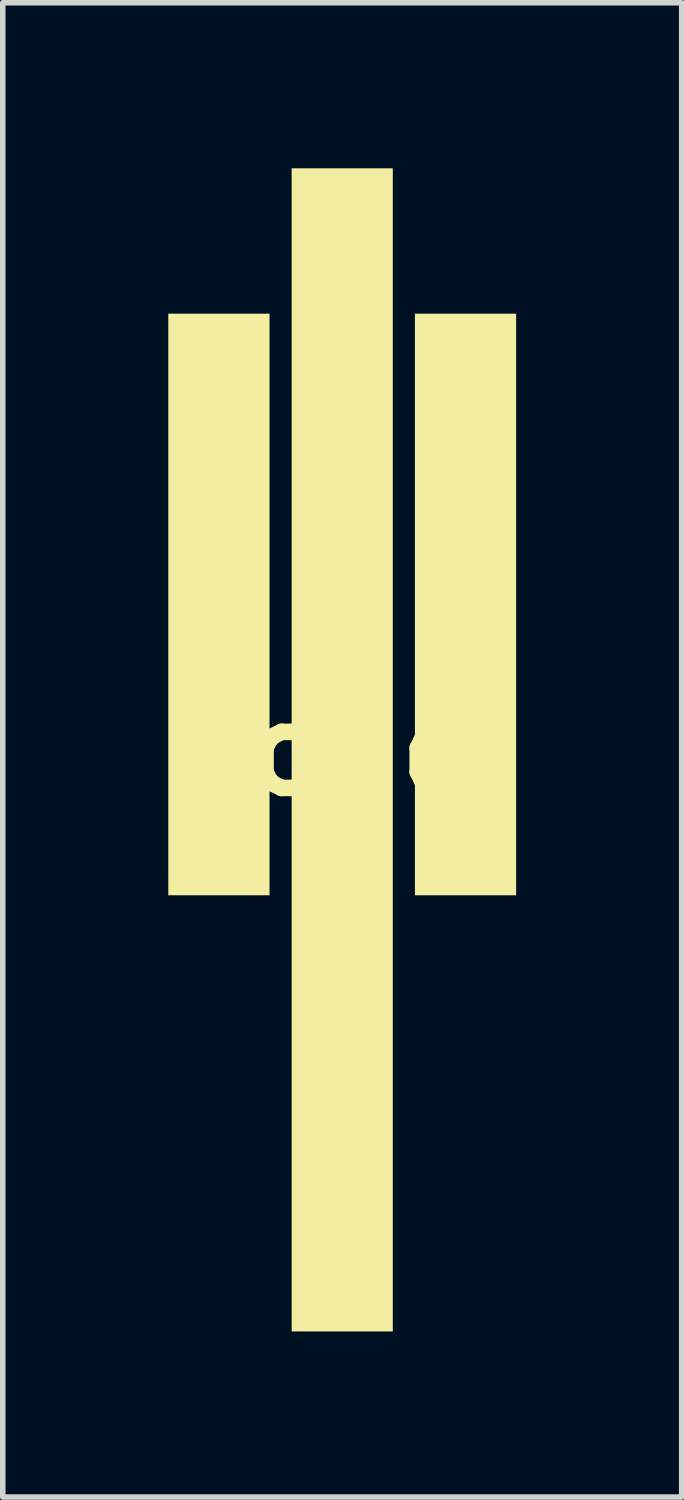
<source format=kicad_pcb>
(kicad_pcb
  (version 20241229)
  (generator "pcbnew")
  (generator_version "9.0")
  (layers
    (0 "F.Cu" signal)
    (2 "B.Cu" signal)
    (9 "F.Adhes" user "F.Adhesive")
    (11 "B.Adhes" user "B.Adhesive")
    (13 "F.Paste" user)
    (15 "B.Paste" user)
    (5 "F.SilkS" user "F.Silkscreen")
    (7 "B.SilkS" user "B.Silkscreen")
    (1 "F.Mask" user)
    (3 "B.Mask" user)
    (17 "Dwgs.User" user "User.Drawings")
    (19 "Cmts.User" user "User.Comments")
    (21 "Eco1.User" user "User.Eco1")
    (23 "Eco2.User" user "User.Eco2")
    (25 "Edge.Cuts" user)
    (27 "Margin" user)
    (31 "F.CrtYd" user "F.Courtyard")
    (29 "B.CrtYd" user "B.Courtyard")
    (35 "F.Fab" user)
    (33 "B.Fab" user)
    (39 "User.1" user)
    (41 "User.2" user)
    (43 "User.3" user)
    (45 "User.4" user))
  (footprint "logo"
    (layer "F.Cu")
    (at 3.141 10.539)
    (property "Reference" "logo" (at 0 0 0) (layer "F.SilkS") (effects (font (size 1.524 1.524) (thickness 0.3))))
    (attr board_only exclude_from_pos_files exclude_from_bom)
    (fp_poly (pts (xy -1.307 2.635) (xy -3.141 2.635) (xy -3.141 -7.905) (xy -1.307 -7.905)) (stroke (width 0) (type solid)) (fill yes) (layer "F.SilkS"))
    (fp_poly (pts (xy 0.927 10.539) (xy -0.906 10.539) (xy -0.906 -10.539) (xy 0.927 -10.539)) (stroke (width 0) (type solid)) (fill yes) (layer "F.SilkS"))
    (fp_poly (pts (xy 3.162 2.635) (xy 1.328 2.635) (xy 1.328 -7.905) (xy 3.162 -7.905)) (stroke (width 0) (type solid)) (fill yes) (layer "F.SilkS")))
  (gr_rect
    (start -3 -3)
    (end 9.303 24.079)
    (stroke (width 0.1) (type default))
    (fill no)
    (layer "Edge.Cuts")))
</source>
